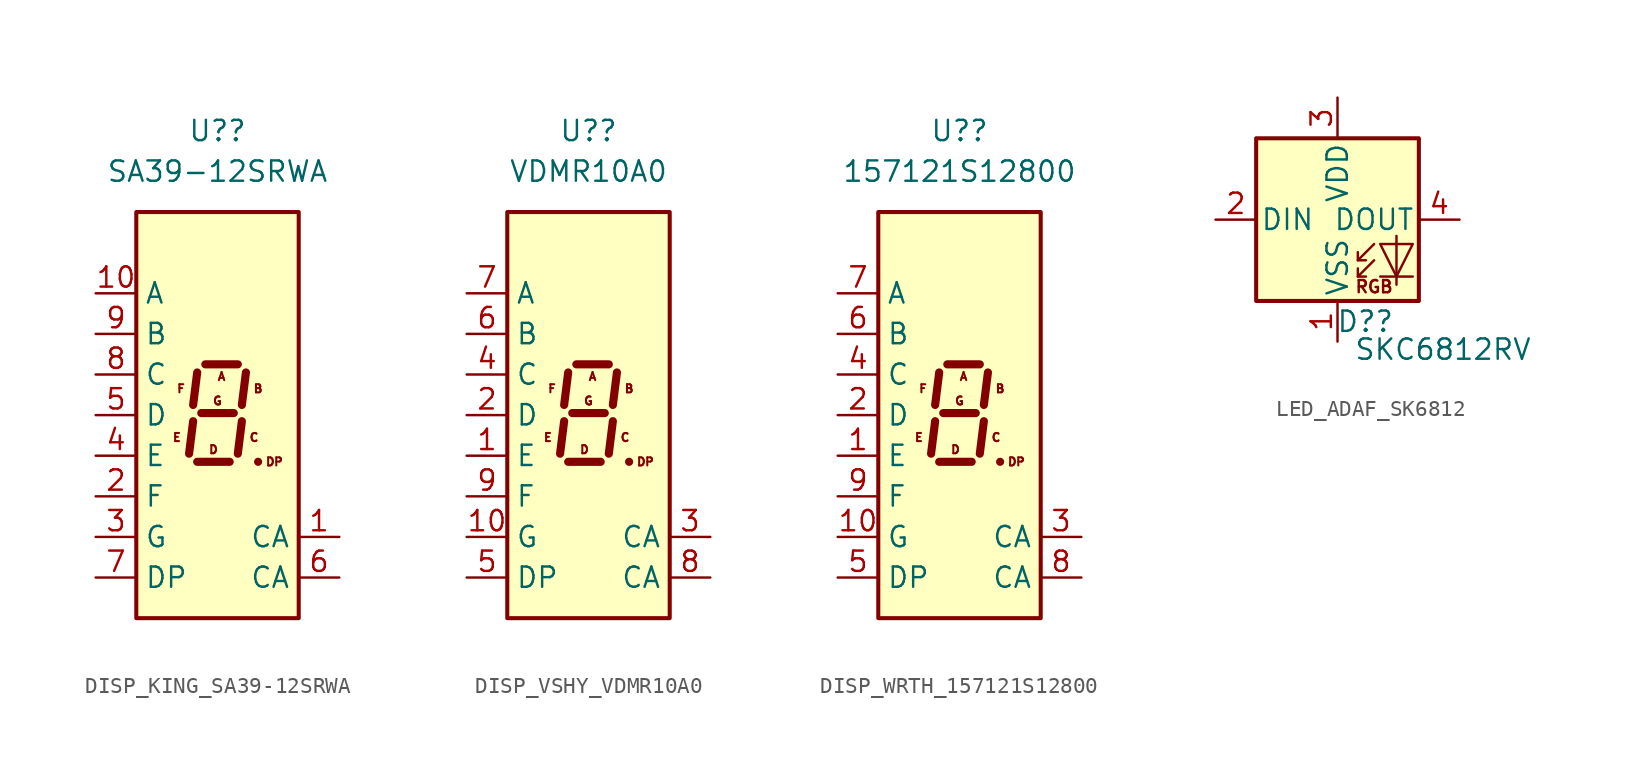
<source format=kicad_sym>
(kicad_symbol_lib
  (version 20231120)
  (generator "kicad_symbol_editor")
  (generator_version "8.0")
  (symbol "DISP_KING_SA39-12SRWA"
    (property "Reference" "U?"
      (at 0 17.78 0)
      (effects (font (size 1.27 1.27))))
    (property "Value" "SA39-12SRWA"
      (at 0 15.24 0)
      (effects (font (size 1.27 1.27))))
    (symbol "DISP_KING_SA39-12SRWA_1_0"
      (text "A" (at 0.254 2.413 0) (effects (font (size 0.508 0.508))))
      (text "B" (at 2.54 1.651 0) (effects (font (size 0.508 0.508))))
      (text "C" (at 2.286 -1.397 0) (effects (font (size 0.508 0.508))))
      (text "D" (at -0.254 -2.159 0) (effects (font (size 0.508 0.508))))
      (text "DP" (at 3.556 -2.921 0) (effects (font (size 0.508 0.508))))
      (text "E" (at -2.54 -1.397 0) (effects (font (size 0.508 0.508))))
      (text "F" (at -2.286 1.651 0) (effects (font (size 0.508 0.508))))
      (text "G" (at 0 0.889 0) (effects (font (size 0.508 0.508)))))
    (symbol "DISP_KING_SA39-12SRWA_1_1"
      (rectangle (start -5.08 12.7) (end 5.08 -12.7) (stroke (width 0.254) (type default)) (fill (type background)))
      (polyline (pts (xy -1.524 -0.381) (xy -1.778 -2.413)) (stroke (width 0.508) (type default)) (fill (type none)))
      (polyline (pts (xy -1.27 -2.921) (xy 0.762 -2.921)) (stroke (width 0.508) (type default)) (fill (type none)))
      (polyline (pts (xy -1.27 2.667) (xy -1.524 0.635)) (stroke (width 0.508) (type default)) (fill (type none)))
      (polyline (pts (xy -1.016 0.127) (xy 1.016 0.127)) (stroke (width 0.508) (type default)) (fill (type none)))
      (polyline (pts (xy -0.762 3.175) (xy 1.27 3.175)) (stroke (width 0.508) (type default)) (fill (type none)))
      (polyline (pts (xy 1.524 -0.381) (xy 1.27 -2.413)) (stroke (width 0.508) (type default)) (fill (type none)))
      (polyline (pts (xy 1.778 2.667) (xy 1.524 0.635)) (stroke (width 0.508) (type default)) (fill (type none)))
      (polyline (pts (xy 2.54 -2.921) (xy 2.54 -2.921)) (stroke (width 0.508) (type default)) (fill (type none)))
      (pin input line (at 7.62 -7.62 180) (length 2.54) (name "CA" (effects (font (size 1.27 1.27)))) (number "1" (effects (font (size 1.27 1.27)))))
      (pin input line (at -7.62 7.62 0) (length 2.54) (name "A" (effects (font (size 1.27 1.27)))) (number "10" (effects (font (size 1.27 1.27)))))
      (pin input line (at -7.62 -5.08 0) (length 2.54) (name "F" (effects (font (size 1.27 1.27)))) (number "2" (effects (font (size 1.27 1.27)))))
      (pin input line (at -7.62 -7.62 0) (length 2.54) (name "G" (effects (font (size 1.27 1.27)))) (number "3" (effects (font (size 1.27 1.27)))))
      (pin input line (at -7.62 -2.54 0) (length 2.54) (name "E" (effects (font (size 1.27 1.27)))) (number "4" (effects (font (size 1.27 1.27)))))
      (pin input line (at -7.62 0 0) (length 2.54) (name "D" (effects (font (size 1.27 1.27)))) (number "5" (effects (font (size 1.27 1.27)))))
      (pin input line (at 7.62 -10.16 180) (length 2.54) (name "CA" (effects (font (size 1.27 1.27)))) (number "6" (effects (font (size 1.27 1.27)))))
      (pin input line (at -7.62 -10.16 0) (length 2.54) (name "DP" (effects (font (size 1.27 1.27)))) (number "7" (effects (font (size 1.27 1.27)))))
      (pin input line (at -7.62 2.54 0) (length 2.54) (name "C" (effects (font (size 1.27 1.27)))) (number "8" (effects (font (size 1.27 1.27)))))
      (pin input line (at -7.62 5.08 0) (length 2.54) (name "B" (effects (font (size 1.27 1.27)))) (number "9" (effects (font (size 1.27 1.27)))))))
  (symbol "DISP_VSHY_VDMR10A0"
    (property "Reference" "U?"
      (at 0 17.78 0)
      (effects (font (size 1.27 1.27))))
    (property "Value" "VDMR10A0"
      (at 0 15.24 0)
      (effects (font (size 1.27 1.27))))
    (symbol "DISP_VSHY_VDMR10A0_1_0"
      (text "A" (at 0.254 2.413 0) (effects (font (size 0.508 0.508))))
      (text "B" (at 2.54 1.651 0) (effects (font (size 0.508 0.508))))
      (text "C" (at 2.286 -1.397 0) (effects (font (size 0.508 0.508))))
      (text "D" (at -0.254 -2.159 0) (effects (font (size 0.508 0.508))))
      (text "DP" (at 3.556 -2.921 0) (effects (font (size 0.508 0.508))))
      (text "E" (at -2.54 -1.397 0) (effects (font (size 0.508 0.508))))
      (text "F" (at -2.286 1.651 0) (effects (font (size 0.508 0.508))))
      (text "G" (at 0 0.889 0) (effects (font (size 0.508 0.508)))))
    (symbol "DISP_VSHY_VDMR10A0_1_1"
      (rectangle (start -5.08 12.7) (end 5.08 -12.7) (stroke (width 0.254) (type default)) (fill (type background)))
      (polyline (pts (xy -1.524 -0.381) (xy -1.778 -2.413)) (stroke (width 0.508) (type default)) (fill (type none)))
      (polyline (pts (xy -1.27 -2.921) (xy 0.762 -2.921)) (stroke (width 0.508) (type default)) (fill (type none)))
      (polyline (pts (xy -1.27 2.667) (xy -1.524 0.635)) (stroke (width 0.508) (type default)) (fill (type none)))
      (polyline (pts (xy -1.016 0.127) (xy 1.016 0.127)) (stroke (width 0.508) (type default)) (fill (type none)))
      (polyline (pts (xy -0.762 3.175) (xy 1.27 3.175)) (stroke (width 0.508) (type default)) (fill (type none)))
      (polyline (pts (xy 1.524 -0.381) (xy 1.27 -2.413)) (stroke (width 0.508) (type default)) (fill (type none)))
      (polyline (pts (xy 1.778 2.667) (xy 1.524 0.635)) (stroke (width 0.508) (type default)) (fill (type none)))
      (polyline (pts (xy 2.54 -2.921) (xy 2.54 -2.921)) (stroke (width 0.508) (type default)) (fill (type none)))
      (pin input line (at -7.62 -2.54 0) (length 2.54) (name "E" (effects (font (size 1.27 1.27)))) (number "1" (effects (font (size 1.27 1.27)))))
      (pin input line (at -7.62 -7.62 0) (length 2.54) (name "G" (effects (font (size 1.27 1.27)))) (number "10" (effects (font (size 1.27 1.27)))))
      (pin input line (at -7.62 0 0) (length 2.54) (name "D" (effects (font (size 1.27 1.27)))) (number "2" (effects (font (size 1.27 1.27)))))
      (pin input line (at 7.62 -7.62 180) (length 2.54) (name "CA" (effects (font (size 1.27 1.27)))) (number "3" (effects (font (size 1.27 1.27)))))
      (pin input line (at -7.62 2.54 0) (length 2.54) (name "C" (effects (font (size 1.27 1.27)))) (number "4" (effects (font (size 1.27 1.27)))))
      (pin input line (at -7.62 -10.16 0) (length 2.54) (name "DP" (effects (font (size 1.27 1.27)))) (number "5" (effects (font (size 1.27 1.27)))))
      (pin input line (at -7.62 5.08 0) (length 2.54) (name "B" (effects (font (size 1.27 1.27)))) (number "6" (effects (font (size 1.27 1.27)))))
      (pin input line (at -7.62 7.62 0) (length 2.54) (name "A" (effects (font (size 1.27 1.27)))) (number "7" (effects (font (size 1.27 1.27)))))
      (pin input line (at 7.62 -10.16 180) (length 2.54) (name "CA" (effects (font (size 1.27 1.27)))) (number "8" (effects (font (size 1.27 1.27)))))
      (pin input line (at -7.62 -5.08 0) (length 2.54) (name "F" (effects (font (size 1.27 1.27)))) (number "9" (effects (font (size 1.27 1.27)))))))
  (symbol "DISP_WRTH_157121S12800"
    (property "Reference" "U?"
      (at 0 17.78 0)
      (effects (font (size 1.27 1.27))))
    (property "Value" "157121S12800"
      (at 0 15.24 0)
      (effects (font (size 1.27 1.27))))
    (symbol "DISP_WRTH_157121S12800_1_0"
      (text "A" (at 0.254 2.413 0) (effects (font (size 0.508 0.508))))
      (text "B" (at 2.54 1.651 0) (effects (font (size 0.508 0.508))))
      (text "C" (at 2.286 -1.397 0) (effects (font (size 0.508 0.508))))
      (text "D" (at -0.254 -2.159 0) (effects (font (size 0.508 0.508))))
      (text "DP" (at 3.556 -2.921 0) (effects (font (size 0.508 0.508))))
      (text "E" (at -2.54 -1.397 0) (effects (font (size 0.508 0.508))))
      (text "F" (at -2.286 1.651 0) (effects (font (size 0.508 0.508))))
      (text "G" (at 0 0.889 0) (effects (font (size 0.508 0.508)))))
    (symbol "DISP_WRTH_157121S12800_1_1"
      (rectangle (start -5.08 12.7) (end 5.08 -12.7) (stroke (width 0.254) (type default)) (fill (type background)))
      (polyline (pts (xy -1.524 -0.381) (xy -1.778 -2.413)) (stroke (width 0.508) (type default)) (fill (type none)))
      (polyline (pts (xy -1.27 -2.921) (xy 0.762 -2.921)) (stroke (width 0.508) (type default)) (fill (type none)))
      (polyline (pts (xy -1.27 2.667) (xy -1.524 0.635)) (stroke (width 0.508) (type default)) (fill (type none)))
      (polyline (pts (xy -1.016 0.127) (xy 1.016 0.127)) (stroke (width 0.508) (type default)) (fill (type none)))
      (polyline (pts (xy -0.762 3.175) (xy 1.27 3.175)) (stroke (width 0.508) (type default)) (fill (type none)))
      (polyline (pts (xy 1.524 -0.381) (xy 1.27 -2.413)) (stroke (width 0.508) (type default)) (fill (type none)))
      (polyline (pts (xy 1.778 2.667) (xy 1.524 0.635)) (stroke (width 0.508) (type default)) (fill (type none)))
      (polyline (pts (xy 2.54 -2.921) (xy 2.54 -2.921)) (stroke (width 0.508) (type default)) (fill (type none)))
      (pin input line (at -7.62 -2.54 0) (length 2.54) (name "E" (effects (font (size 1.27 1.27)))) (number "1" (effects (font (size 1.27 1.27)))))
      (pin input line (at -7.62 -7.62 0) (length 2.54) (name "G" (effects (font (size 1.27 1.27)))) (number "10" (effects (font (size 1.27 1.27)))))
      (pin input line (at -7.62 0 0) (length 2.54) (name "D" (effects (font (size 1.27 1.27)))) (number "2" (effects (font (size 1.27 1.27)))))
      (pin input line (at 7.62 -7.62 180) (length 2.54) (name "CA" (effects (font (size 1.27 1.27)))) (number "3" (effects (font (size 1.27 1.27)))))
      (pin input line (at -7.62 2.54 0) (length 2.54) (name "C" (effects (font (size 1.27 1.27)))) (number "4" (effects (font (size 1.27 1.27)))))
      (pin input line (at -7.62 -10.16 0) (length 2.54) (name "DP" (effects (font (size 1.27 1.27)))) (number "5" (effects (font (size 1.27 1.27)))))
      (pin input line (at -7.62 5.08 0) (length 2.54) (name "B" (effects (font (size 1.27 1.27)))) (number "6" (effects (font (size 1.27 1.27)))))
      (pin input line (at -7.62 7.62 0) (length 2.54) (name "A" (effects (font (size 1.27 1.27)))) (number "7" (effects (font (size 1.27 1.27)))))
      (pin input line (at 7.62 -10.16 180) (length 2.54) (name "CA" (effects (font (size 1.27 1.27)))) (number "8" (effects (font (size 1.27 1.27)))))
      (pin input line (at -7.62 -5.08 0) (length 2.54) (name "F" (effects (font (size 1.27 1.27)))) (number "9" (effects (font (size 1.27 1.27)))))))
  (symbol "LED_ADAF_SK6812"
    (pin_names
      (offset 0.254))
    (property "Reference" "D?"
      (at 3.556 -7.112 0)
      (effects (font (size 1.27 1.27)) (justify right bottom)))
    (property "Value" "SKC6812RV"
      (at 1.016 -7.366 0)
      (effects (font (size 1.27 1.27)) (justify left top)))
    (symbol "LED_ADAF_SK6812_0_0"
      (text "RGB" (at 2.286 -4.191 0) (effects (font (size 0.762 0.762)))))
    (symbol "LED_ADAF_SK6812_0_1"
      (rectangle (start -5.08 5.08) (end 5.08 -5.08) (stroke (width 0.254) (type default)) (fill (type background)))
      (polyline (pts (xy 1.27 -3.556) (xy 1.778 -3.556)) (stroke (width 0) (type default)) (fill (type none)))
      (polyline (pts (xy 1.27 -2.54) (xy 1.778 -2.54)) (stroke (width 0) (type default)) (fill (type none)))
      (polyline (pts (xy 4.699 -3.556) (xy 2.667 -3.556)) (stroke (width 0) (type default)) (fill (type none)))
      (polyline (pts (xy 2.286 -2.54) (xy 1.27 -3.556) (xy 1.27 -3.048)) (stroke (width 0) (type default)) (fill (type none)))
      (polyline (pts (xy 2.286 -1.524) (xy 1.27 -2.54) (xy 1.27 -2.032)) (stroke (width 0) (type default)) (fill (type none)))
      (polyline (pts (xy 3.683 -1.016) (xy 3.683 -3.556) (xy 3.683 -4.064)) (stroke (width 0) (type default)) (fill (type none)))
      (polyline (pts (xy 4.699 -1.524) (xy 2.667 -1.524) (xy 3.683 -3.556) (xy 4.699 -1.524)) (stroke (width 0) (type default)) (fill (type none))))
    (symbol "LED_ADAF_SK6812_1_1"
      (pin power_in line (at 0 -7.62 90) (length 2.54) (name "VSS" (effects (font (size 1.27 1.27)))) (number "1" (effects (font (size 1.27 1.27)))))
      (pin input line (at -7.62 0 0) (length 2.54) (name "DIN" (effects (font (size 1.27 1.27)))) (number "2" (effects (font (size 1.27 1.27)))))
      (pin power_in line (at 0 7.62 270) (length 2.54) (name "VDD" (effects (font (size 1.27 1.27)))) (number "3" (effects (font (size 1.27 1.27)))))
      (pin output line (at 7.62 0 180) (length 2.54) (name "DOUT" (effects (font (size 1.27 1.27)))) (number "4" (effects (font (size 1.27 1.27))))))))
</source>
